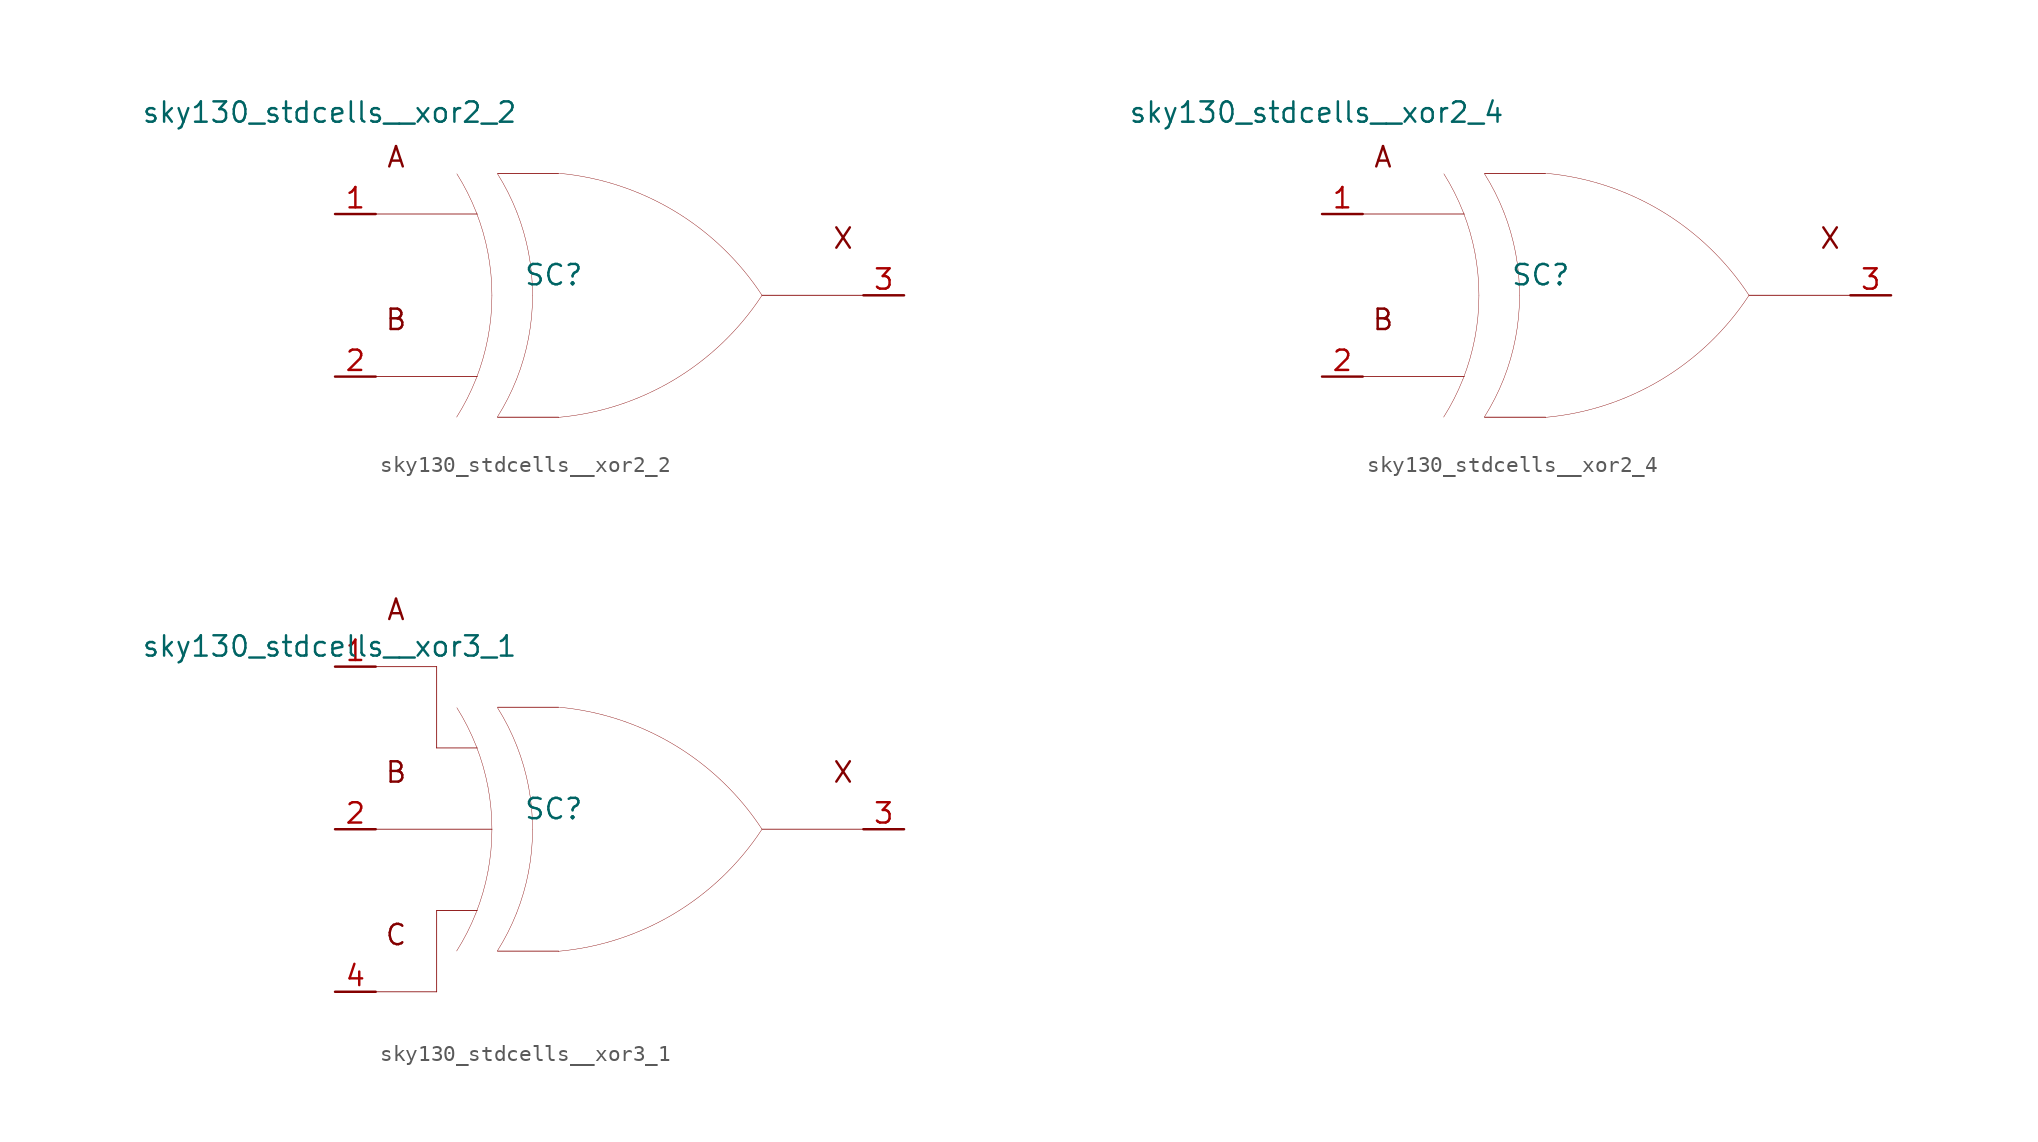
<source format=kicad_sym>
(kicad_symbol_lib
  (version 20211014)
  (generator kicad_symbol_editor)
  (symbol "sky130_stdcells__xor2_2"
    (pin_names hide)
    (property "Reference" "SC"
      (at -4.115 1.27 0)
      (effects (font (size 1.27 1.27))))
    (property "Value" "sky130_stdcells__xor2_2"
      (at -6.35 11.43 0)
      (effects (font (size 1.27 1.27)) (justify right)))
    (symbol "sky130_stdcells__xor2_2_0_0"
      (arc (start -10.1805 -7.6142) (mid -9.523 -6.458) (end -8.9762 -5.2456) (stroke (width 0.0254) (type default) (color 0 0 0 0)) (fill (type none)))
      (arc (start -8.9762 -5.2456) (mid -8.5413 -3.9755) (end -8.228 -2.6701) (stroke (width 0.0254) (type default) (color 0 0 0 0)) (fill (type none)))
      (arc (start -8.958 5.1993) (mid -9.5062 6.4248) (end -10.1673 7.5932) (stroke (width 0.0254) (type default) (color 0 0 0 0)) (fill (type none)))
      (arc (start -8.228 -2.6701) (mid -8.0388 -1.341) (end -7.9756 0) (stroke (width 0.0254) (type default) (color 0 0 0 0)) (fill (type none)))
      (arc (start -8.2234 2.6456) (mid -8.5311 3.9396) (end -8.958 5.1993) (stroke (width 0.0254) (type default) (color 0 0 0 0)) (fill (type none)))
      (arc (start -7.9756 0) (mid -8.0377 1.3286) (end -8.2234 2.6456) (stroke (width 0.0254) (type default) (color 0 0 0 0)) (fill (type none)))
      (arc (start -7.6405 -7.6142) (mid -6.983 -6.458) (end -6.4362 -5.2456) (stroke (width 0.0254) (type default) (color 0 0 0 0)) (fill (type none)))
      (arc (start -6.4362 -5.2456) (mid -6.0013 -3.9755) (end -5.688 -2.6701) (stroke (width 0.0254) (type default) (color 0 0 0 0)) (fill (type none)))
      (arc (start -6.418 5.1993) (mid -6.9662 6.4248) (end -7.6273 7.5932) (stroke (width 0.0254) (type default) (color 0 0 0 0)) (fill (type none)))
      (arc (start -5.688 -2.6701) (mid -5.4988 -1.341) (end -5.4356 0) (stroke (width 0.0254) (type default) (color 0 0 0 0)) (fill (type none)))
      (arc (start -5.6834 2.6456) (mid -5.9911 3.9396) (end -6.418 5.1993) (stroke (width 0.0254) (type default) (color 0 0 0 0)) (fill (type none)))
      (arc (start -5.4356 0) (mid -5.4977 1.3286) (end -5.6834 2.6456) (stroke (width 0.0254) (type default) (color 0 0 0 0)) (fill (type none)))
      (arc (start -3.8212 -7.6288) (mid 3.3927 -5.2884) (end 8.8734 -0.0463) (stroke (width 0.0254) (type default) (color 0 0 0 0)) (fill (type none)))
      (polyline (pts (xy -15.24 -5.08) (xy -8.89 -5.08)) (stroke (width 0.051) (type default) (color 0 0 0 0)) (fill (type none)))
      (polyline (pts (xy -15.24 5.08) (xy -8.89 5.08)) (stroke (width 0.051) (type default) (color 0 0 0 0)) (fill (type none)))
      (polyline (pts (xy -7.62 -7.62) (xy -3.81 -7.62)) (stroke (width 0.051) (type default) (color 0 0 0 0)) (fill (type none)))
      (polyline (pts (xy -7.62 7.62) (xy -3.81 7.62)) (stroke (width 0.051) (type default) (color 0 0 0 0)) (fill (type none)))
      (polyline (pts (xy 8.89 0) (xy 15.24 0)) (stroke (width 0.051) (type default) (color 0 0 0 0)) (fill (type none)))
      (arc (start 8.9061 -0.0034) (mid 3.4437 5.2578) (end -3.762 7.6234) (stroke (width 0.0254) (type default) (color 0 0 0 0)) (fill (type none)))
      (text "A" (at -13.97 8.636 0) (effects (font (size 1.27 1.27))))
      (text "B" (at -13.97 -1.524 0) (effects (font (size 1.27 1.27))))
      (text "X" (at 13.97 3.556 0) (effects (font (size 1.27 1.27)))))
    (symbol "sky130_stdcells__xor2_2_1_1"
      (pin input line (at -17.78 5.08 0) (length 2.54) (name "A" (effects (font (size 1.092 1.092)))) (number "1" (effects (font (size 1.27 1.27)))))
      (pin input line (at -17.78 -5.08 0) (length 2.54) (name "B" (effects (font (size 1.092 1.092)))) (number "2" (effects (font (size 1.27 1.27)))))
      (pin output line (at 17.78 0 180) (length 2.54) (name "X" (effects (font (size 1.092 1.092)))) (number "3" (effects (font (size 1.27 1.27)))))))
  (symbol "sky130_stdcells__xor2_4"
    (pin_names hide)
    (property "Reference" "SC"
      (at -4.115 1.27 0)
      (effects (font (size 1.27 1.27))))
    (property "Value" "sky130_stdcells__xor2_4"
      (at -6.35 11.43 0)
      (effects (font (size 1.27 1.27)) (justify right)))
    (symbol "sky130_stdcells__xor2_4_0_0"
      (arc (start -10.1805 -7.6142) (mid -9.523 -6.458) (end -8.9762 -5.2456) (stroke (width 0.0254) (type default) (color 0 0 0 0)) (fill (type none)))
      (arc (start -8.9762 -5.2456) (mid -8.5413 -3.9755) (end -8.228 -2.6701) (stroke (width 0.0254) (type default) (color 0 0 0 0)) (fill (type none)))
      (arc (start -8.958 5.1993) (mid -9.5062 6.4248) (end -10.1673 7.5932) (stroke (width 0.0254) (type default) (color 0 0 0 0)) (fill (type none)))
      (arc (start -8.228 -2.6701) (mid -8.0388 -1.341) (end -7.9756 0) (stroke (width 0.0254) (type default) (color 0 0 0 0)) (fill (type none)))
      (arc (start -8.2234 2.6456) (mid -8.5311 3.9396) (end -8.958 5.1993) (stroke (width 0.0254) (type default) (color 0 0 0 0)) (fill (type none)))
      (arc (start -7.9756 0) (mid -8.0377 1.3286) (end -8.2234 2.6456) (stroke (width 0.0254) (type default) (color 0 0 0 0)) (fill (type none)))
      (arc (start -7.6405 -7.6142) (mid -6.983 -6.458) (end -6.4362 -5.2456) (stroke (width 0.0254) (type default) (color 0 0 0 0)) (fill (type none)))
      (arc (start -6.4362 -5.2456) (mid -6.0013 -3.9755) (end -5.688 -2.6701) (stroke (width 0.0254) (type default) (color 0 0 0 0)) (fill (type none)))
      (arc (start -6.418 5.1993) (mid -6.9662 6.4248) (end -7.6273 7.5932) (stroke (width 0.0254) (type default) (color 0 0 0 0)) (fill (type none)))
      (arc (start -5.688 -2.6701) (mid -5.4988 -1.341) (end -5.4356 0) (stroke (width 0.0254) (type default) (color 0 0 0 0)) (fill (type none)))
      (arc (start -5.6834 2.6456) (mid -5.9911 3.9396) (end -6.418 5.1993) (stroke (width 0.0254) (type default) (color 0 0 0 0)) (fill (type none)))
      (arc (start -5.4356 0) (mid -5.4977 1.3286) (end -5.6834 2.6456) (stroke (width 0.0254) (type default) (color 0 0 0 0)) (fill (type none)))
      (arc (start -3.8212 -7.6288) (mid 3.3927 -5.2884) (end 8.8734 -0.0463) (stroke (width 0.0254) (type default) (color 0 0 0 0)) (fill (type none)))
      (polyline (pts (xy -15.24 -5.08) (xy -8.89 -5.08)) (stroke (width 0.051) (type default) (color 0 0 0 0)) (fill (type none)))
      (polyline (pts (xy -15.24 5.08) (xy -8.89 5.08)) (stroke (width 0.051) (type default) (color 0 0 0 0)) (fill (type none)))
      (polyline (pts (xy -7.62 -7.62) (xy -3.81 -7.62)) (stroke (width 0.051) (type default) (color 0 0 0 0)) (fill (type none)))
      (polyline (pts (xy -7.62 7.62) (xy -3.81 7.62)) (stroke (width 0.051) (type default) (color 0 0 0 0)) (fill (type none)))
      (polyline (pts (xy 8.89 0) (xy 15.24 0)) (stroke (width 0.051) (type default) (color 0 0 0 0)) (fill (type none)))
      (arc (start 8.9061 -0.0034) (mid 3.4437 5.2578) (end -3.762 7.6234) (stroke (width 0.0254) (type default) (color 0 0 0 0)) (fill (type none)))
      (text "A" (at -13.97 8.636 0) (effects (font (size 1.27 1.27))))
      (text "B" (at -13.97 -1.524 0) (effects (font (size 1.27 1.27))))
      (text "X" (at 13.97 3.556 0) (effects (font (size 1.27 1.27)))))
    (symbol "sky130_stdcells__xor2_4_1_1"
      (pin input line (at -17.78 5.08 0) (length 2.54) (name "A" (effects (font (size 1.092 1.092)))) (number "1" (effects (font (size 1.27 1.27)))))
      (pin input line (at -17.78 -5.08 0) (length 2.54) (name "B" (effects (font (size 1.092 1.092)))) (number "2" (effects (font (size 1.27 1.27)))))
      (pin output line (at 17.78 0 180) (length 2.54) (name "X" (effects (font (size 1.092 1.092)))) (number "3" (effects (font (size 1.27 1.27)))))))
  (symbol "sky130_stdcells__xor3_1"
    (pin_names hide)
    (property "Reference" "SC"
      (at -4.115 1.27 0)
      (effects (font (size 1.27 1.27))))
    (property "Value" "sky130_stdcells__xor3_1"
      (at -6.35 11.43 0)
      (effects (font (size 1.27 1.27)) (justify right)))
    (symbol "sky130_stdcells__xor3_1_0_0"
      (arc (start -10.1805 -7.6142) (mid -9.523 -6.458) (end -8.9762 -5.2456) (stroke (width 0.0254) (type default) (color 0 0 0 0)) (fill (type none)))
      (arc (start -8.9762 -5.2456) (mid -8.5413 -3.9755) (end -8.228 -2.6701) (stroke (width 0.0254) (type default) (color 0 0 0 0)) (fill (type none)))
      (arc (start -8.958 5.1993) (mid -9.5062 6.4248) (end -10.1673 7.5932) (stroke (width 0.0254) (type default) (color 0 0 0 0)) (fill (type none)))
      (arc (start -8.228 -2.6701) (mid -8.0388 -1.341) (end -7.9756 0) (stroke (width 0.0254) (type default) (color 0 0 0 0)) (fill (type none)))
      (arc (start -8.2234 2.6456) (mid -8.5311 3.9396) (end -8.958 5.1993) (stroke (width 0.0254) (type default) (color 0 0 0 0)) (fill (type none)))
      (arc (start -7.9756 0) (mid -8.0377 1.3286) (end -8.2234 2.6456) (stroke (width 0.0254) (type default) (color 0 0 0 0)) (fill (type none)))
      (arc (start -7.6405 -7.6142) (mid -6.983 -6.458) (end -6.4362 -5.2456) (stroke (width 0.0254) (type default) (color 0 0 0 0)) (fill (type none)))
      (arc (start -6.4362 -5.2456) (mid -6.0013 -3.9755) (end -5.688 -2.6701) (stroke (width 0.0254) (type default) (color 0 0 0 0)) (fill (type none)))
      (arc (start -6.418 5.1993) (mid -6.9662 6.4248) (end -7.6273 7.5932) (stroke (width 0.0254) (type default) (color 0 0 0 0)) (fill (type none)))
      (arc (start -5.688 -2.6701) (mid -5.4988 -1.341) (end -5.4356 0) (stroke (width 0.0254) (type default) (color 0 0 0 0)) (fill (type none)))
      (arc (start -5.6834 2.6456) (mid -5.9911 3.9396) (end -6.418 5.1993) (stroke (width 0.0254) (type default) (color 0 0 0 0)) (fill (type none)))
      (arc (start -5.4356 0) (mid -5.4977 1.3286) (end -5.6834 2.6456) (stroke (width 0.0254) (type default) (color 0 0 0 0)) (fill (type none)))
      (arc (start -3.8212 -7.6288) (mid 3.3927 -5.2884) (end 8.8734 -0.0463) (stroke (width 0.0254) (type default) (color 0 0 0 0)) (fill (type none)))
      (polyline (pts (xy -15.24 -10.16) (xy -11.43 -10.16)) (stroke (width 0.051) (type default) (color 0 0 0 0)) (fill (type none)))
      (polyline (pts (xy -15.24 0) (xy -7.976 0)) (stroke (width 0.051) (type default) (color 0 0 0 0)) (fill (type none)))
      (polyline (pts (xy -15.24 10.16) (xy -11.43 10.16)) (stroke (width 0.051) (type default) (color 0 0 0 0)) (fill (type none)))
      (polyline (pts (xy -11.43 -5.08) (xy -11.43 -10.16)) (stroke (width 0.051) (type default) (color 0 0 0 0)) (fill (type none)))
      (polyline (pts (xy -11.43 -5.08) (xy -8.89 -5.08)) (stroke (width 0.051) (type default) (color 0 0 0 0)) (fill (type none)))
      (polyline (pts (xy -11.43 5.08) (xy -8.89 5.08)) (stroke (width 0.051) (type default) (color 0 0 0 0)) (fill (type none)))
      (polyline (pts (xy -11.43 10.16) (xy -11.43 5.08)) (stroke (width 0.051) (type default) (color 0 0 0 0)) (fill (type none)))
      (polyline (pts (xy -7.62 -7.62) (xy -3.81 -7.62)) (stroke (width 0.051) (type default) (color 0 0 0 0)) (fill (type none)))
      (polyline (pts (xy -7.62 7.62) (xy -3.81 7.62)) (stroke (width 0.051) (type default) (color 0 0 0 0)) (fill (type none)))
      (polyline (pts (xy 8.89 0) (xy 15.24 0)) (stroke (width 0.051) (type default) (color 0 0 0 0)) (fill (type none)))
      (arc (start 8.9061 -0.0034) (mid 3.4437 5.2578) (end -3.762 7.6234) (stroke (width 0.0254) (type default) (color 0 0 0 0)) (fill (type none)))
      (text "A" (at -13.97 13.716 0) (effects (font (size 1.27 1.27))))
      (text "B" (at -13.97 3.556 0) (effects (font (size 1.27 1.27))))
      (text "C" (at -13.97 -6.604 0) (effects (font (size 1.27 1.27))))
      (text "X" (at 13.97 3.556 0) (effects (font (size 1.27 1.27)))))
    (symbol "sky130_stdcells__xor3_1_1_1"
      (pin input line (at -17.78 10.16 0) (length 2.54) (name "A" (effects (font (size 1.092 1.092)))) (number "1" (effects (font (size 1.27 1.27)))))
      (pin input line (at -17.78 0 0) (length 2.54) (name "B" (effects (font (size 1.092 1.092)))) (number "2" (effects (font (size 1.27 1.27)))))
      (pin output line (at 17.78 0 180) (length 2.54) (name "X" (effects (font (size 1.092 1.092)))) (number "3" (effects (font (size 1.27 1.27)))))
      (pin input line (at -17.78 -10.16 0) (length 2.54) (name "C" (effects (font (size 1.092 1.092)))) (number "4" (effects (font (size 1.27 1.27))))))))
</source>
